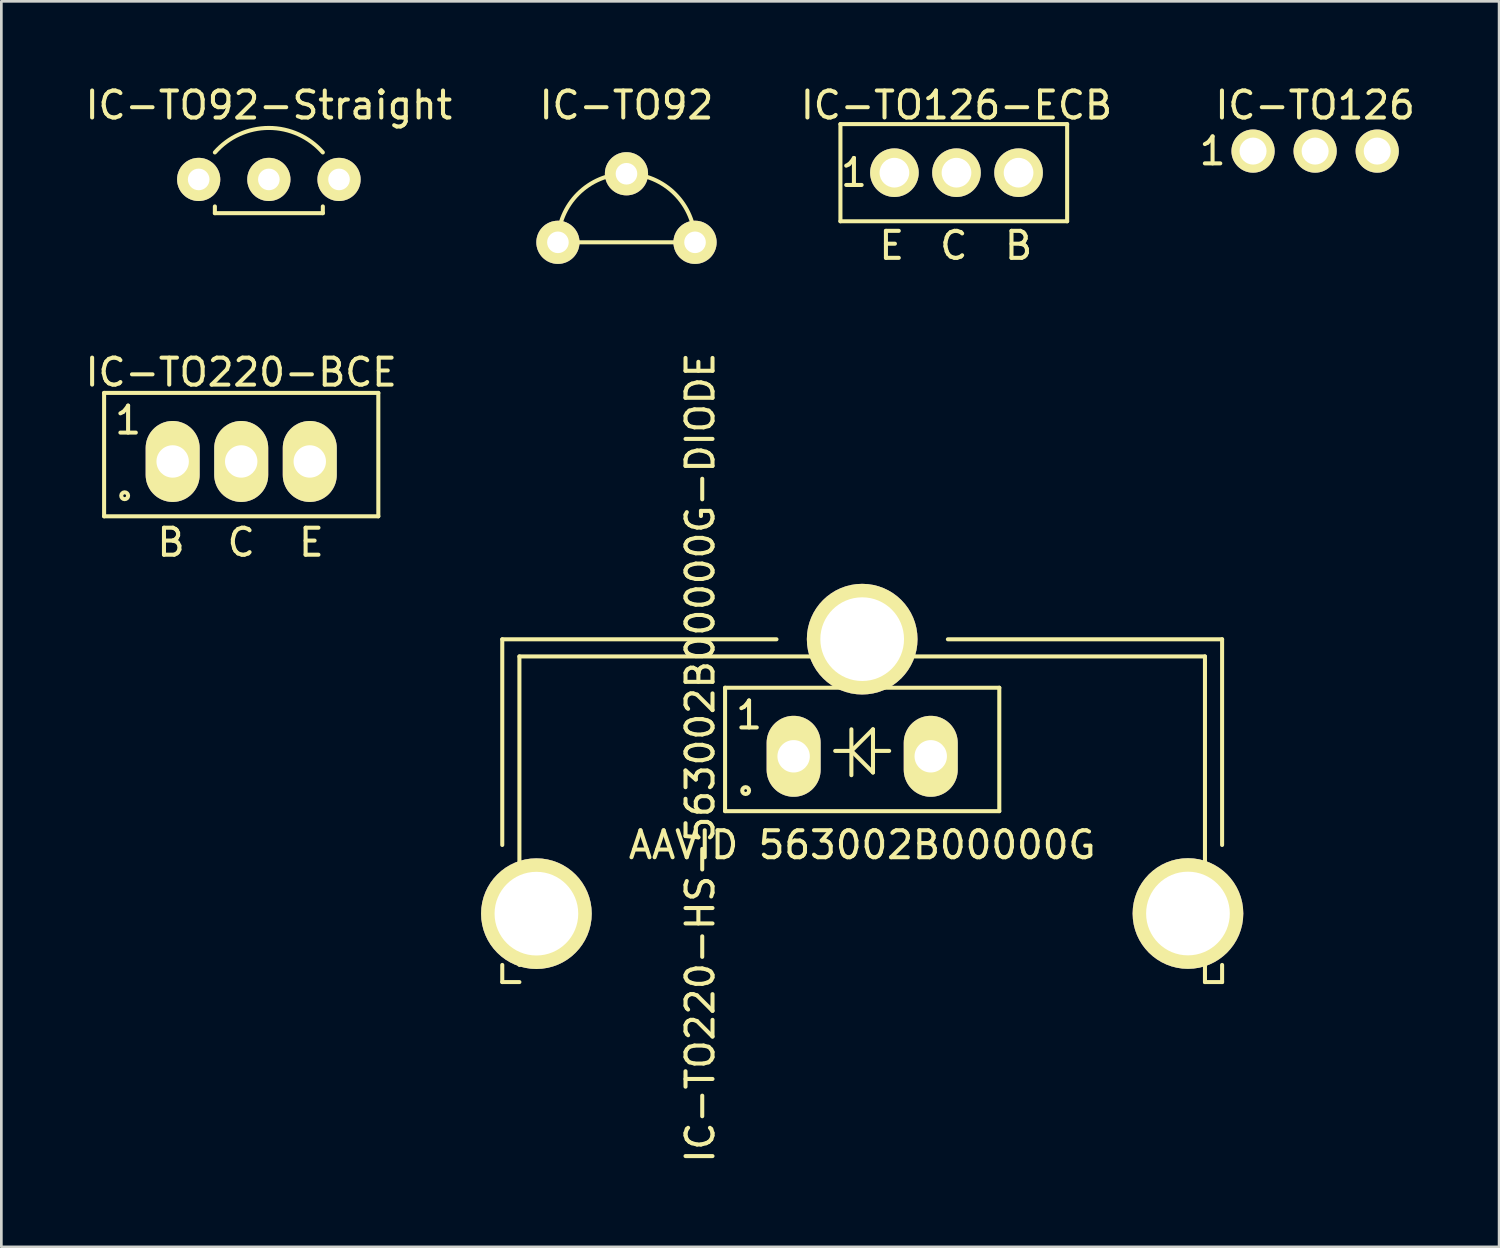
<source format=kicad_pcb>
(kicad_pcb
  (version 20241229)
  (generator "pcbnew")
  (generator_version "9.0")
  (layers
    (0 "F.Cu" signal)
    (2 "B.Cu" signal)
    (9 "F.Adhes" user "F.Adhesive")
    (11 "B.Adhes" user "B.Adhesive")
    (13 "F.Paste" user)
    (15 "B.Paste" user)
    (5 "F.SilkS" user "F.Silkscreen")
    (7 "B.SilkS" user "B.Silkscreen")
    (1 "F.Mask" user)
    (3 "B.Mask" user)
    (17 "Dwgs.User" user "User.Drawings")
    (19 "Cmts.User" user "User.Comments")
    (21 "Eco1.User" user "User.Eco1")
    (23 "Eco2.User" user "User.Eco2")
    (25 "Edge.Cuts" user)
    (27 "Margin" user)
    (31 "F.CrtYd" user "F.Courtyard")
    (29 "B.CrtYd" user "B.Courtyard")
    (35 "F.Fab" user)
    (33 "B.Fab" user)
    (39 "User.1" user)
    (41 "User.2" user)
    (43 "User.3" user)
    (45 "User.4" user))
  (footprint "IC-TO220-HS-563002B00000G-DIODE"
    (layer "F.Cu")
    (at 28.894 21.271)
    (property "Reference" "IC-TO220-HS-563002B00000G-DIODE" (at -6 3.75 90) (layer "F.SilkS") (effects (font (size 1 1) (thickness 0.15))))
    (attr through_hole)
    (fp_line (start -13.335 -0.635) (end -13.335 6.985) (stroke (width 0.15) (type solid)) (layer "F.SilkS"))
    (fp_line (start -13.335 12.065) (end -13.335 11.43) (stroke (width 0.15) (type solid)) (layer "F.SilkS"))
    (fp_line (start -13.335 12.065) (end -12.7 12.065) (stroke (width 0.15) (type solid)) (layer "F.SilkS"))
    (fp_line (start -12.7 0) (end -12.7 11.43) (stroke (width 0.15) (type solid)) (layer "F.SilkS"))
    (fp_line (start -12.7 0) (end 12.7 0) (stroke (width 0.15) (type solid)) (layer "F.SilkS"))
    (fp_line (start -5.08 1.16) (end 5.08 1.16) (stroke (width 0.15) (type solid)) (layer "F.SilkS"))
    (fp_line (start -5.08 5.732) (end -5.08 1.16) (stroke (width 0.15) (type solid)) (layer "F.SilkS"))
    (fp_line (start -3.175 -0.635) (end -13.335 -0.635) (stroke (width 0.15) (type solid)) (layer "F.SilkS"))
    (fp_line (start -0.4 2.7) (end -0.4 4.4) (stroke (width 0.15) (type solid)) (layer "F.SilkS"))
    (fp_line (start -0.4 3.5) (end -1 3.5) (stroke (width 0.15) (type solid)) (layer "F.SilkS"))
    (fp_line (start -0.4 3.5) (end 0.4 2.7) (stroke (width 0.15) (type solid)) (layer "F.SilkS"))
    (fp_line (start -0.4 3.5) (end 0.4 4.3) (stroke (width 0.15) (type solid)) (layer "F.SilkS"))
    (fp_line (start 0.4 2.8) (end 0.4 2.7) (stroke (width 0.15) (type solid)) (layer "F.SilkS"))
    (fp_line (start 0.4 3.5) (end 1 3.5) (stroke (width 0.15) (type solid)) (layer "F.SilkS"))
    (fp_line (start 0.4 4.3) (end 0.4 2.8) (stroke (width 0.15) (type solid)) (layer "F.SilkS"))
    (fp_line (start 5.08 1.16) (end 5.08 5.732) (stroke (width 0.15) (type solid)) (layer "F.SilkS"))
    (fp_line (start 5.08 5.732) (end -5.08 5.732) (stroke (width 0.15) (type solid)) (layer "F.SilkS"))
    (fp_line (start 12.7 0) (end 12.7 12.065) (stroke (width 0.15) (type solid)) (layer "F.SilkS"))
    (fp_line (start 12.7 12.065) (end 13.335 12.065) (stroke (width 0.15) (type solid)) (layer "F.SilkS"))
    (fp_line (start 13.335 -0.635) (end 3.175 -0.635) (stroke (width 0.15) (type solid)) (layer "F.SilkS"))
    (fp_line (start 13.335 6.985) (end 13.335 -0.635) (stroke (width 0.15) (type solid)) (layer "F.SilkS"))
    (fp_line (start 13.335 12.065) (end 13.335 11.43) (stroke (width 0.15) (type solid)) (layer "F.SilkS"))
    (fp_circle (center -4.318 4.97) (end -4.445 4.97) (stroke (width 0.15) (type solid)) (fill no) (layer "F.SilkS"))
    (fp_text user "AAVID 563002B00000G" (at 0 6.985 0) (layer "F.SilkS") (effects (font (size 1 1) (thickness 0.15))))
    (fp_text user "1" (at -4.191 2.176 0) (layer "F.SilkS") (effects (font (size 1 1) (thickness 0.15))))
    (pad "1" thru_hole oval (at -2.54 3.7) (size 2 3) (drill 1.2) (layers "*.Cu" "*.Mask" "F.SilkS"))
    (pad "2" thru_hole oval (at 2.54 3.7) (size 2 3) (drill 1.2) (layers "*.Cu" "*.Mask" "F.SilkS"))
    (pad "5" thru_hole circle (at -12.07 9.53) (size 4.1 4.1) (drill 3.1) (layers "*.Cu" "*.Mask" "F.SilkS"))
    (pad "5" thru_hole circle (at 0 -0.64) (size 4.1 4.1) (drill 3.1) (layers "*.Cu" "*.Mask" "F.SilkS"))
    (pad "5" thru_hole circle (at 12.07 9.525) (size 4.1 4.1) (drill 3.1) (layers "*.Cu" "*.Mask" "F.SilkS")))
  (footprint "IC-TO126"
    (layer "F.Cu")
    (at 45.676 2.548)
    (property "Reference" "IC-TO126" (at 0 -1.7 0) (layer "F.SilkS") (effects (font (size 1 1) (thickness 0.15))))
    (attr through_hole)
    (fp_text user "1" (at -3.8 0 0) (layer "F.SilkS") (effects (font (size 1 1) (thickness 0.15))))
    (pad "1" thru_hole circle (at -2.3 0) (size 1.6 1.6) (drill 1) (layers "*.Cu" "*.Mask" "F.SilkS"))
    (pad "2" thru_hole circle (at 0 0) (size 1.6 1.6) (drill 1) (layers "*.Cu" "*.Mask" "F.SilkS"))
    (pad "3" thru_hole circle (at 2.3 0) (size 1.6 1.6) (drill 1) (layers "*.Cu" "*.Mask" "F.SilkS")))
  (footprint "IC-TO92-Straight"
    (layer "F.Cu")
    (at 6.911 3.598)
    (property "Reference" "IC-TO92-Straight" (at 0 -2.75 0) (layer "F.SilkS") (effects (font (size 1 1) (thickness 0.15))))
    (attr through_hole)
    (fp_line (start -2 1) (end -2 1.25) (stroke (width 0.15) (type solid)) (layer "F.SilkS"))
    (fp_line (start -2 1.25) (end 2 1.25) (stroke (width 0.15) (type solid)) (layer "F.SilkS"))
    (fp_line (start 2 1.25) (end 2 1) (stroke (width 0.15) (type solid)) (layer "F.SilkS"))
    (fp_arc (start -2 -1) (mid 0 -1.907536) (end 2 -1) (stroke (width 0.15) (type solid)) (layer "F.SilkS"))
    (pad "1" thru_hole circle (at -2.6 0) (size 1.6 1.6) (drill 0.8) (layers "*.Cu" "*.Mask" "F.SilkS"))
    (pad "2" thru_hole circle (at 0 0) (size 1.6 1.6) (drill 0.8) (layers "*.Cu" "*.Mask" "F.SilkS"))
    (pad "3" thru_hole circle (at 2.6 0) (size 1.6 1.6) (drill 0.8) (layers "*.Cu" "*.Mask" "F.SilkS")))
  (footprint "IC-TO92"
    (layer "F.Cu")
    (at 20.161 3.388)
    (property "Reference" "IC-TO92" (at 0 -2.54 0) (layer "F.SilkS") (effects (font (size 1 1) (thickness 0.15))))
    (attr through_hole)
    (fp_line (start 2.54 2.54) (end -2.54 2.54) (stroke (width 0.15) (type solid)) (layer "F.SilkS"))
    (fp_arc (start -2.54 2.54) (mid -1.796051 0.743949) (end 0 0) (stroke (width 0.15) (type solid)) (layer "F.SilkS"))
    (fp_arc (start 0 0) (mid 1.796051 0.743949) (end 2.54 2.54) (stroke (width 0.15) (type solid)) (layer "F.SilkS"))
    (pad "1" thru_hole circle (at -2.54 2.54) (size 1.6 1.6) (drill 0.8) (layers "*.Cu" "*.Mask" "F.SilkS"))
    (pad "2" thru_hole circle (at 0 0) (size 1.6 1.6) (drill 0.8) (layers "*.Cu" "*.Mask" "F.SilkS"))
    (pad "3" thru_hole circle (at 2.54 2.54) (size 1.6 1.6) (drill 0.8) (layers "*.Cu" "*.Mask" "F.SilkS")))
  (footprint "IC-TO220-BCE"
    (layer "F.Cu")
    (at 5.887 14.047)
    (property "Reference" "IC-TO220-BCE" (at 0 -3.302 0) (layer "F.SilkS") (effects (font (size 1 1) (thickness 0.15))))
    (attr through_hole)
    (fp_line (start -5.08 -2.54) (end 5.08 -2.54) (stroke (width 0.15) (type solid)) (layer "F.SilkS"))
    (fp_line (start -5.08 2.032) (end -5.08 -2.54) (stroke (width 0.15) (type solid)) (layer "F.SilkS"))
    (fp_line (start 5.08 -2.54) (end 5.08 2.032) (stroke (width 0.15) (type solid)) (layer "F.SilkS"))
    (fp_line (start 5.08 2.032) (end -5.08 2.032) (stroke (width 0.15) (type solid)) (layer "F.SilkS"))
    (fp_circle (center -4.318 1.27) (end -4.445 1.27) (stroke (width 0.15) (type solid)) (fill no) (layer "F.SilkS"))
    (fp_text user "B" (at -2.6 3 0) (layer "F.SilkS") (effects (font (size 1 1) (thickness 0.15))))
    (fp_text user "C" (at 0 3 0) (layer "F.SilkS") (effects (font (size 1 1) (thickness 0.15))))
    (fp_text user "1" (at -4.191 -1.524 0) (layer "F.SilkS") (effects (font (size 1 1) (thickness 0.15))))
    (fp_text user "E" (at 2.6 3 0) (layer "F.SilkS") (effects (font (size 1 1) (thickness 0.15))))
    (pad "1" thru_hole oval (at -2.54 0) (size 2 3) (drill 1.2) (layers "*.Cu" "*.Mask" "F.SilkS"))
    (pad "2" thru_hole oval (at 0 0) (size 2 3) (drill 1.2) (layers "*.Cu" "*.Mask" "F.SilkS"))
    (pad "3" thru_hole oval (at 2.54 0) (size 2 3) (drill 1.2) (layers "*.Cu" "*.Mask" "F.SilkS")))
  (footprint "IC-TO126-ECB"
    (layer "F.Cu")
    (at 32.388 3.348)
    (property "Reference" "IC-TO126-ECB" (at 0 -2.5 0) (layer "F.SilkS") (effects (font (size 1 1) (thickness 0.15))))
    (attr through_hole)
    (fp_line (start -4.3 -1.8) (end 4.1 -1.8) (stroke (width 0.15) (type solid)) (layer "F.SilkS"))
    (fp_line (start -4.3 1.8) (end -4.3 -1.8) (stroke (width 0.15) (type solid)) (layer "F.SilkS"))
    (fp_line (start 4.1 -1.8) (end 4.1 1.8) (stroke (width 0.15) (type solid)) (layer "F.SilkS"))
    (fp_line (start 4.1 1.8) (end -4.3 1.8) (stroke (width 0.15) (type solid)) (layer "F.SilkS"))
    (fp_text user "1" (at -3.8 0 0) (layer "F.SilkS") (effects (font (size 1 1) (thickness 0.15))))
    (fp_text user "C" (at -0.1 2.7 0) (layer "F.SilkS") (effects (font (size 1 1) (thickness 0.15))))
    (fp_text user "E" (at -2.4 2.7 0) (layer "F.SilkS") (effects (font (size 1 1) (thickness 0.15))))
    (fp_text user "B" (at 2.3 2.7 0) (layer "F.SilkS") (effects (font (size 1 1) (thickness 0.15))))
    (pad "1" thru_hole circle (at -2.3 0) (size 1.8 1.8) (drill 1.1) (layers "*.Cu" "*.Mask" "F.SilkS"))
    (pad "2" thru_hole circle (at 0 0) (size 1.8 1.8) (drill 1.1) (layers "*.Cu" "*.Mask" "F.SilkS"))
    (pad "3" thru_hole circle (at 2.3 0) (size 1.8 1.8) (drill 1.1) (layers "*.Cu" "*.Mask" "F.SilkS")))
  (gr_rect
    (start -3 -3)
    (end 52.492 43.146)
    (stroke (width 0.1) (type default))
    (fill no)
    (layer "Edge.Cuts")))
</source>
